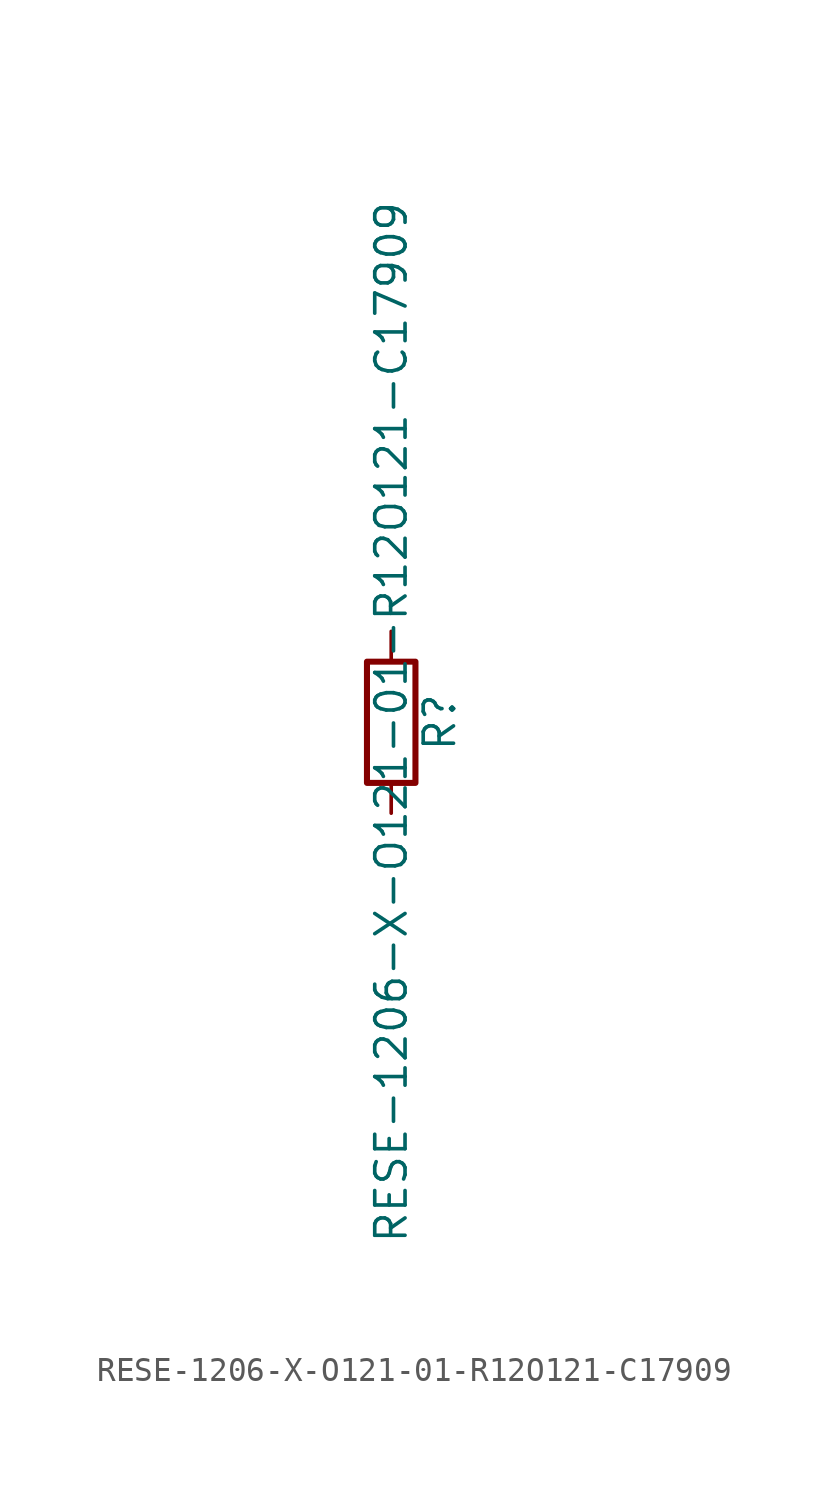
<source format=kicad_sym>
(kicad_symbol_lib
  (version 20211014)
  (generator kicad_symbol_editor)
  (symbol "RESE-1206-X-O121-01-R12O121-C17909"
    (pin_numbers hide)
    (pin_names
      (offset 0))
    (property "Reference" "R"
      (at 2.032 0 90)
      (effects (font (size 1.27 1.27))))
    (property "Value" "RESE-1206-X-O121-01-R12O121-C17909"
      (at 0 0 90)
      (effects (font (size 1.27 1.27))))
    (symbol "RESE-1206-X-O121-01-R12O121-C17909_0_1"
      (rectangle (start -1.016 -2.54) (end 1.016 2.54) (stroke (width 0.254) (type default) (color 0 0 0 0)) (fill (type none))))
    (symbol "RESE-1206-X-O121-01-R12O121-C17909_1_1"
      (pin passive line (at 0 3.81 270) (length 1.27) (name "~" (effects (font (size 1.27 1.27)))) (number "1" (effects (font (size 1.27 1.27)))))
      (pin passive line (at 0 -3.81 90) (length 1.27) (name "~" (effects (font (size 1.27 1.27)))) (number "2" (effects (font (size 1.27 1.27))))))))
</source>
